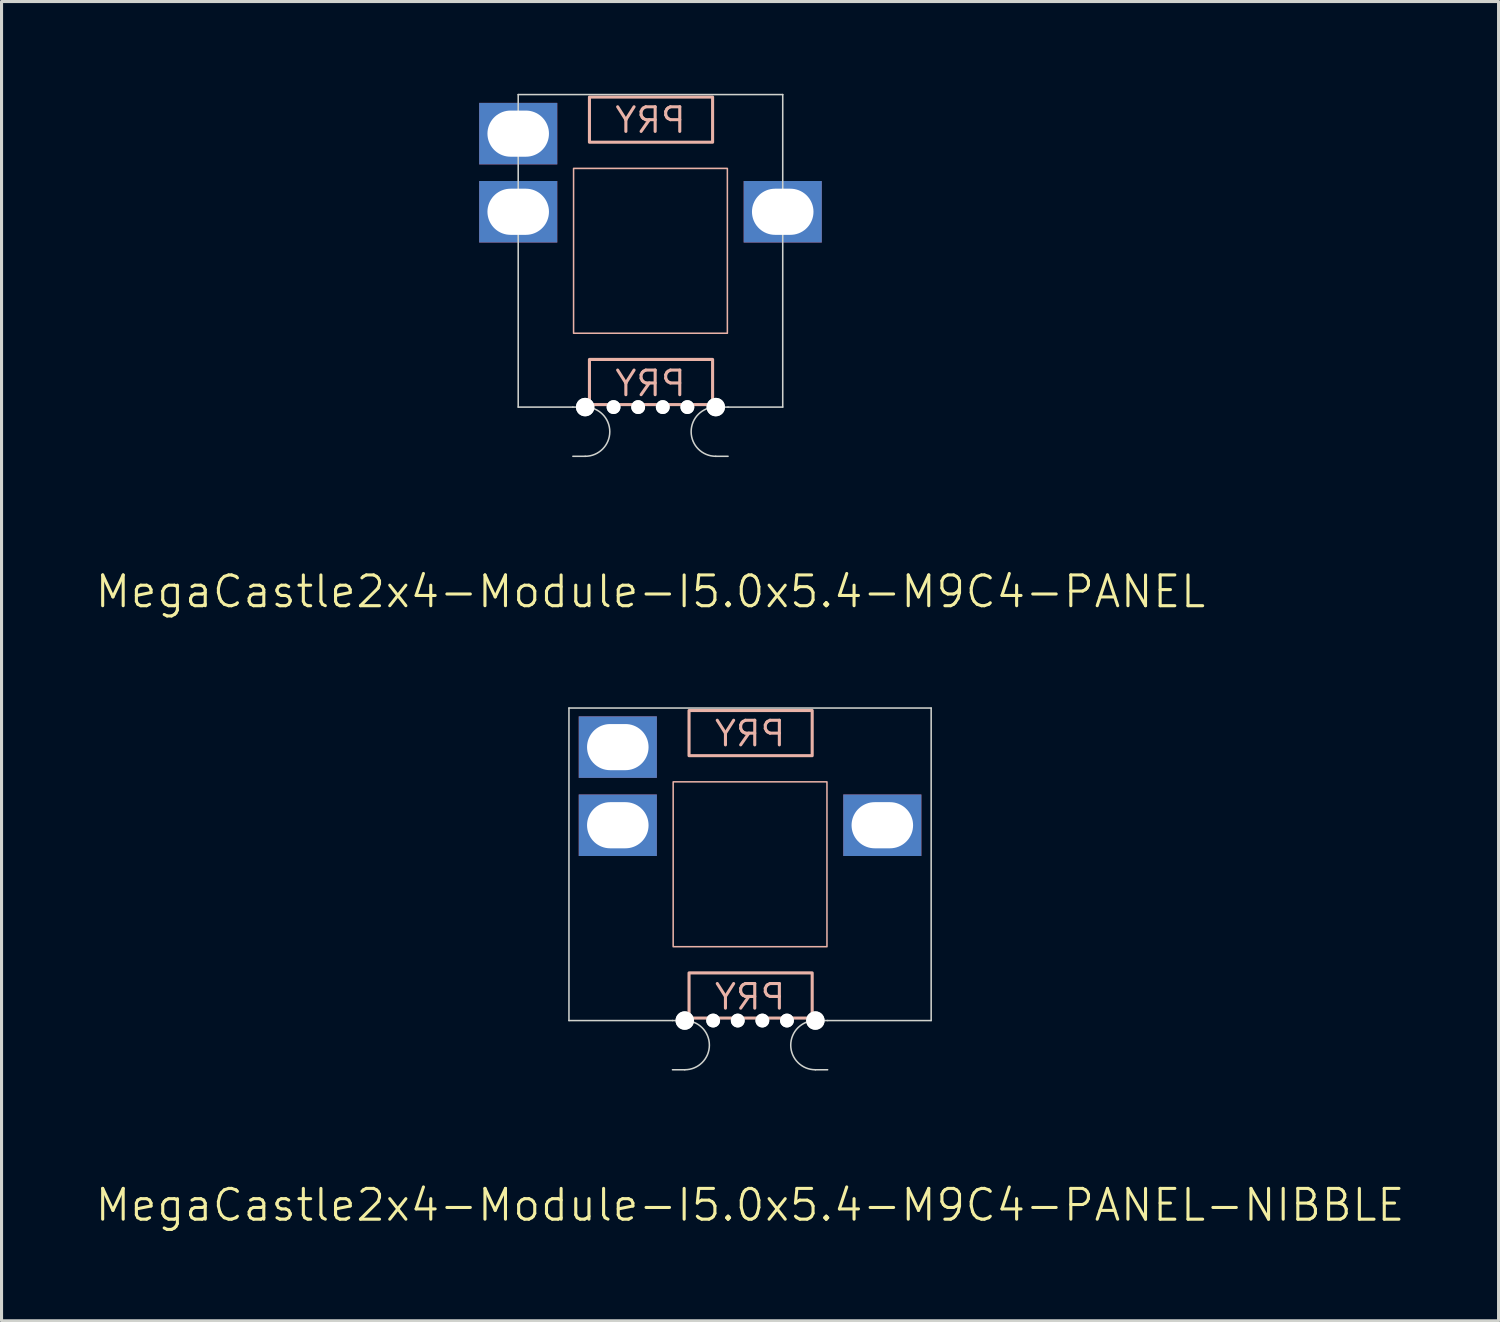
<source format=kicad_pcb>
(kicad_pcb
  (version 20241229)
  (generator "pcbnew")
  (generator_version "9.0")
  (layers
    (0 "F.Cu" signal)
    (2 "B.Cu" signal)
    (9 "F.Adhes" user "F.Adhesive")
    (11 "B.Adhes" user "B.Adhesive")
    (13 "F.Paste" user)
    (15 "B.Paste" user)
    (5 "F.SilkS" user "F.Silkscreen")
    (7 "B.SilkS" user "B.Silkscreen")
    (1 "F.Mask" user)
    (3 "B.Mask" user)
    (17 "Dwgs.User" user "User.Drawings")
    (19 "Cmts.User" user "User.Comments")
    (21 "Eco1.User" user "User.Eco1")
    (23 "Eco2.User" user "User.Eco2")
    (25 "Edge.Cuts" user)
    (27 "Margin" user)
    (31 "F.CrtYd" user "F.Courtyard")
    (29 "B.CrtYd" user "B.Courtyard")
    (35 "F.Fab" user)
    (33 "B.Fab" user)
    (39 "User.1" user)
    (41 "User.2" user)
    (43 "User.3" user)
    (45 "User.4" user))
  (footprint "MegaCastle2x4-Module-I5.0x5.4-M9C4-PANEL-NIBBLE"
    (layer "F.Cu")
    (at 21.336 25.05)
    (property "Reference" "MegaCastle2x4-Module-I5.0x5.4-M9C4-PANEL-NIBBLE" (at 0 11.08 0) (unlocked yes) (layer "F.SilkS") (effects (font (size 1 1) (thickness 0.1))))
    (attr smd)
    (fp_rect (start -2.5 2.68) (end 2.5 -2.68) (stroke (width 0.05) (type default)) (fill no) (layer "B.SilkS"))
    (fp_rect (start -1.984 -3.531) (end 2.02 -5) (stroke (width 0.1) (type default)) (fill no) (layer "B.SilkS"))
    (fp_rect (start -1.984 3.531) (end 2.02 5) (stroke (width 0.1) (type default)) (fill no) (layer "B.SilkS"))
    (fp_line (start -5.888 -5.08) (end -5.888 5.08) (stroke (width 0.05) (type default)) (layer "Edge.Cuts"))
    (fp_line (start -5.888 -5.08) (end 5.888 -5.08) (stroke (width 0.05) (type default)) (layer "Edge.Cuts"))
    (fp_line (start -5.888 5.08) (end -2.522 5.08) (stroke (width 0.05) (type default)) (layer "Edge.Cuts"))
    (fp_line (start -2.522 5.08) (end -2.123 5.08) (stroke (width 0.05) (type default)) (layer "Edge.Cuts"))
    (fp_line (start -2.522 6.68) (end -2.123 6.68) (stroke (width 0.05) (type default)) (layer "Edge.Cuts"))
    (fp_line (start 2.522 5.08) (end 2.123 5.08) (stroke (width 0.05) (type default)) (layer "Edge.Cuts"))
    (fp_line (start 2.522 5.08) (end 5.888 5.08) (stroke (width 0.05) (type default)) (layer "Edge.Cuts"))
    (fp_line (start 2.522 6.68) (end 2.123 6.68) (stroke (width 0.05) (type default)) (layer "Edge.Cuts"))
    (fp_line (start 5.888 -5.08) (end 5.888 5.08) (stroke (width 0.05) (type default)) (layer "Edge.Cuts"))
    (fp_arc (start -2.1225 5.08) (mid -1.3225 5.88) (end -2.1225 6.68) (stroke (width 0.05) (type default)) (layer "Edge.Cuts"))
    (fp_arc (start 2.1225 6.68) (mid 1.3225 5.88) (end 2.1225 5.08) (stroke (width 0.05) (type default)) (layer "Edge.Cuts"))
    (fp_text user "PRY" (at 0 4.78 0) (unlocked yes) (layer "B.SilkS") (effects (font (size 0.8 0.8) (thickness 0.1)) (justify bottom mirror)))
    (fp_text user "PRY" (at 0 -3.78 0) (unlocked yes) (layer "B.SilkS") (effects (font (size 0.8 0.8) (thickness 0.1)) (justify bottom mirror)))
    (pad "" np_thru_hole circle (at -2.123 5.08) (size 0.6 0.6) (drill 0.6) (layers "*.Cu" "Edge.Cuts"))
    (pad "" np_thru_hole circle (at -1.2 5.08) (size 0.45 0.45) (drill 0.45) (layers "*.Cu" "Edge.Cuts"))
    (pad "" np_thru_hole circle (at -0.4 5.08) (size 0.45 0.45) (drill 0.45) (layers "*.Cu" "Edge.Cuts"))
    (pad "" np_thru_hole circle (at 0.4 5.08) (size 0.45 0.45) (drill 0.45) (layers "*.Cu" "Edge.Cuts"))
    (pad "" np_thru_hole circle (at 1.2 5.08) (size 0.45 0.45) (drill 0.45) (layers "*.Cu" "Edge.Cuts"))
    (pad "" np_thru_hole circle (at 2.123 5.08) (size 0.6 0.6) (drill 0.6) (layers "*.Cu" "Edge.Cuts"))
    (pad "1" thru_hole rect (at -4.3 -3.81) (size 2.54 2) (drill oval 2 1.5) (property pad_prop_castellated) (layers "*.Cu" "*.Mask"))
    (pad "2" thru_hole rect (at -4.3 -1.27) (size 2.54 2) (drill oval 2 1.5) (property pad_prop_castellated) (layers "*.Cu" "*.Mask"))
    (pad "6" thru_hole rect (at 4.3 -1.27) (size 2.54 2) (drill oval 2 1.5) (property pad_prop_castellated) (layers "*.Cu" "*.Mask"))
    (zone (net_name "") (layer "B.Cu") (hatch edge 0.5) (connect_pads) (min_thickness 0.25) (filled_areas_thickness no) (keepout (tracks allowed) (vias allowed) (pads allowed) (copperpour allowed) (footprints not_allowed)) (placement (enabled no)) (fill) (polygon (pts (xy 17.036 30.131) (xy 17.036 19.971) (xy 18.836 19.971) (xy 18.836 30.131))))
    (zone (net_name "") (layer "B.Cu") (hatch edge 0.5) (connect_pads) (min_thickness 0.25) (filled_areas_thickness no) (keepout (tracks allowed) (vias allowed) (pads allowed) (copperpour allowed) (footprints not_allowed)) (placement (enabled no)) (fill) (polygon (pts (xy 18.836 19.971) (xy 18.836 22.37) (xy 23.836 22.37) (xy 23.836 19.971))))
    (zone (net_name "") (layer "B.Cu") (hatch edge 0.5) (connect_pads) (min_thickness 0.25) (filled_areas_thickness no) (keepout (tracks allowed) (vias allowed) (pads allowed) (copperpour allowed) (footprints not_allowed)) (placement (enabled no)) (fill) (polygon (pts (xy 18.836 30.131) (xy 18.836 27.73) (xy 23.836 27.73) (xy 23.836 30.131))))
    (zone (net_name "") (layer "B.Cu") (name "Upper Pry Zone") (hatch edge 0.5) (connect_pads) (min_thickness 0.25) (filled_areas_thickness no) (keepout (tracks not_allowed) (vias not_allowed) (pads not_allowed) (copperpour allowed) (footprints not_allowed)) (placement (enabled no)) (fill) (polygon (pts (xy 19.351 21.519) (xy 19.351 20.05) (xy 23.355 20.05) (xy 23.355 21.519))))
    (zone (net_name "") (layer "B.Cu") (name "Upper Pry Zone") (hatch edge 0.5) (connect_pads) (min_thickness 0.25) (filled_areas_thickness no) (keepout (tracks not_allowed) (vias not_allowed) (pads not_allowed) (copperpour allowed) (footprints not_allowed)) (placement (enabled no)) (fill) (polygon (pts (xy 19.351 28.582) (xy 19.351 30.05) (xy 23.355 30.05) (xy 23.355 28.582))))
    (zone (net_name "") (layer "B.Cu") (hatch edge 0.5) (connect_pads) (min_thickness 0.25) (filled_areas_thickness no) (keepout (tracks allowed) (vias allowed) (pads allowed) (copperpour allowed) (footprints not_allowed)) (placement (enabled no)) (fill) (polygon (pts (xy 25.636 30.131) (xy 25.636 19.971) (xy 23.836 19.971) (xy 23.836 30.131)))))
  (footprint "MegaCastle2x4-Module-I5.0x5.4-M9C4-PANEL"
    (layer "F.Cu")
    (at 18.098 5.105)
    (property "Reference" "MegaCastle2x4-Module-I5.0x5.4-M9C4-PANEL" (at 0 11.08 0) (unlocked yes) (layer "F.SilkS") (effects (font (size 1 1) (thickness 0.1))))
    (attr smd)
    (fp_rect (start -2.5 2.68) (end 2.5 -2.68) (stroke (width 0.05) (type default)) (fill no) (layer "B.SilkS"))
    (fp_rect (start -1.984 -3.531) (end 2.02 -5) (stroke (width 0.1) (type default)) (fill no) (layer "B.SilkS"))
    (fp_rect (start -1.984 3.531) (end 2.02 5) (stroke (width 0.1) (type default)) (fill no) (layer "B.SilkS"))
    (fp_line (start -4.3 -5.08) (end -4.3 5.08) (stroke (width 0.05) (type default)) (layer "Edge.Cuts"))
    (fp_line (start -4.3 -5.08) (end 4.3 -5.08) (stroke (width 0.05) (type default)) (layer "Edge.Cuts"))
    (fp_line (start -4.3 5.08) (end -2.522 5.08) (stroke (width 0.05) (type default)) (layer "Edge.Cuts"))
    (fp_line (start -2.522 5.08) (end -2.123 5.08) (stroke (width 0.05) (type default)) (layer "Edge.Cuts"))
    (fp_line (start -2.522 6.68) (end -2.123 6.68) (stroke (width 0.05) (type default)) (layer "Edge.Cuts"))
    (fp_line (start 2.522 5.08) (end 2.123 5.08) (stroke (width 0.05) (type default)) (layer "Edge.Cuts"))
    (fp_line (start 2.522 5.08) (end 4.3 5.08) (stroke (width 0.05) (type default)) (layer "Edge.Cuts"))
    (fp_line (start 2.522 6.68) (end 2.123 6.68) (stroke (width 0.05) (type default)) (layer "Edge.Cuts"))
    (fp_line (start 4.3 -5.08) (end 4.3 5.08) (stroke (width 0.05) (type default)) (layer "Edge.Cuts"))
    (fp_arc (start -2.1225 5.08) (mid -1.3225 5.88) (end -2.1225 6.68) (stroke (width 0.05) (type default)) (layer "Edge.Cuts"))
    (fp_arc (start 2.1225 6.68) (mid 1.3225 5.88) (end 2.1225 5.08) (stroke (width 0.05) (type default)) (layer "Edge.Cuts"))
    (fp_text user "PRY" (at 0 -3.78 0) (unlocked yes) (layer "B.SilkS") (effects (font (size 0.8 0.8) (thickness 0.1)) (justify bottom mirror)))
    (fp_text user "PRY" (at 0 4.78 0) (unlocked yes) (layer "B.SilkS") (effects (font (size 0.8 0.8) (thickness 0.1)) (justify bottom mirror)))
    (pad "" np_thru_hole circle (at -2.123 5.08) (size 0.6 0.6) (drill 0.6) (layers "*.Cu" "Edge.Cuts"))
    (pad "" np_thru_hole circle (at -1.2 5.08) (size 0.45 0.45) (drill 0.45) (layers "*.Cu" "Edge.Cuts"))
    (pad "" np_thru_hole circle (at -0.4 5.08) (size 0.45 0.45) (drill 0.45) (layers "*.Cu" "Edge.Cuts"))
    (pad "" np_thru_hole circle (at 0.4 5.08) (size 0.45 0.45) (drill 0.45) (layers "*.Cu" "Edge.Cuts"))
    (pad "" np_thru_hole circle (at 1.2 5.08) (size 0.45 0.45) (drill 0.45) (layers "*.Cu" "Edge.Cuts"))
    (pad "" np_thru_hole circle (at 2.123 5.08) (size 0.6 0.6) (drill 0.6) (layers "*.Cu" "Edge.Cuts"))
    (pad "1" thru_hole rect (at -4.3 -3.81) (size 2.54 2) (drill oval 2 1.5) (property pad_prop_castellated) (layers "*.Cu" "*.Mask"))
    (pad "2" thru_hole rect (at -4.3 -1.27) (size 2.54 2) (drill oval 2 1.5) (property pad_prop_castellated) (layers "*.Cu" "*.Mask"))
    (pad "6" thru_hole rect (at 4.3 -1.27) (size 2.54 2) (drill oval 2 1.5) (property pad_prop_castellated) (layers "*.Cu" "*.Mask"))
    (zone (net_name "") (layer "B.Cu") (hatch edge 0.5) (connect_pads) (min_thickness 0.25) (filled_areas_thickness no) (keepout (tracks allowed) (vias allowed) (pads allowed) (copperpour allowed) (footprints not_allowed)) (placement (enabled no)) (fill) (polygon (pts (xy 13.798 10.185) (xy 13.798 0.025) (xy 15.598 0.025) (xy 15.598 10.185))))
    (zone (net_name "") (layer "B.Cu") (hatch edge 0.5) (connect_pads) (min_thickness 0.25) (filled_areas_thickness no) (keepout (tracks allowed) (vias allowed) (pads allowed) (copperpour allowed) (footprints not_allowed)) (placement (enabled no)) (fill) (polygon (pts (xy 15.598 0.025) (xy 15.598 2.425) (xy 20.598 2.425) (xy 20.598 0.025))))
    (zone (net_name "") (layer "B.Cu") (hatch edge 0.5) (connect_pads) (min_thickness 0.25) (filled_areas_thickness no) (keepout (tracks allowed) (vias allowed) (pads allowed) (copperpour allowed) (footprints not_allowed)) (placement (enabled no)) (fill) (polygon (pts (xy 15.598 10.185) (xy 15.598 7.785) (xy 20.598 7.785) (xy 20.598 10.185))))
    (zone (net_name "") (layer "B.Cu") (name "Upper Pry Zone") (hatch edge 0.5) (connect_pads) (min_thickness 0.25) (filled_areas_thickness no) (keepout (tracks not_allowed) (vias not_allowed) (pads not_allowed) (copperpour allowed) (footprints not_allowed)) (placement (enabled no)) (fill) (polygon (pts (xy 16.113 1.574) (xy 16.113 0.105) (xy 20.117 0.105) (xy 20.117 1.574))))
    (zone (net_name "") (layer "B.Cu") (name "Upper Pry Zone") (hatch edge 0.5) (connect_pads) (min_thickness 0.25) (filled_areas_thickness no) (keepout (tracks not_allowed) (vias not_allowed) (pads not_allowed) (copperpour allowed) (footprints not_allowed)) (placement (enabled no)) (fill) (polygon (pts (xy 16.113 8.636) (xy 16.113 10.105) (xy 20.117 10.105) (xy 20.117 8.636))))
    (zone (net_name "") (layer "B.Cu") (hatch edge 0.5) (connect_pads) (min_thickness 0.25) (filled_areas_thickness no) (keepout (tracks allowed) (vias allowed) (pads allowed) (copperpour allowed) (footprints not_allowed)) (placement (enabled no)) (fill) (polygon (pts (xy 22.398 10.185) (xy 22.398 0.025) (xy 20.598 0.025) (xy 20.598 10.185)))))
  (gr_rect
    (start -3 -3)
    (end 45.671 39.891)
    (stroke (width 0.1) (type default))
    (fill no)
    (layer "Edge.Cuts")))
</source>
